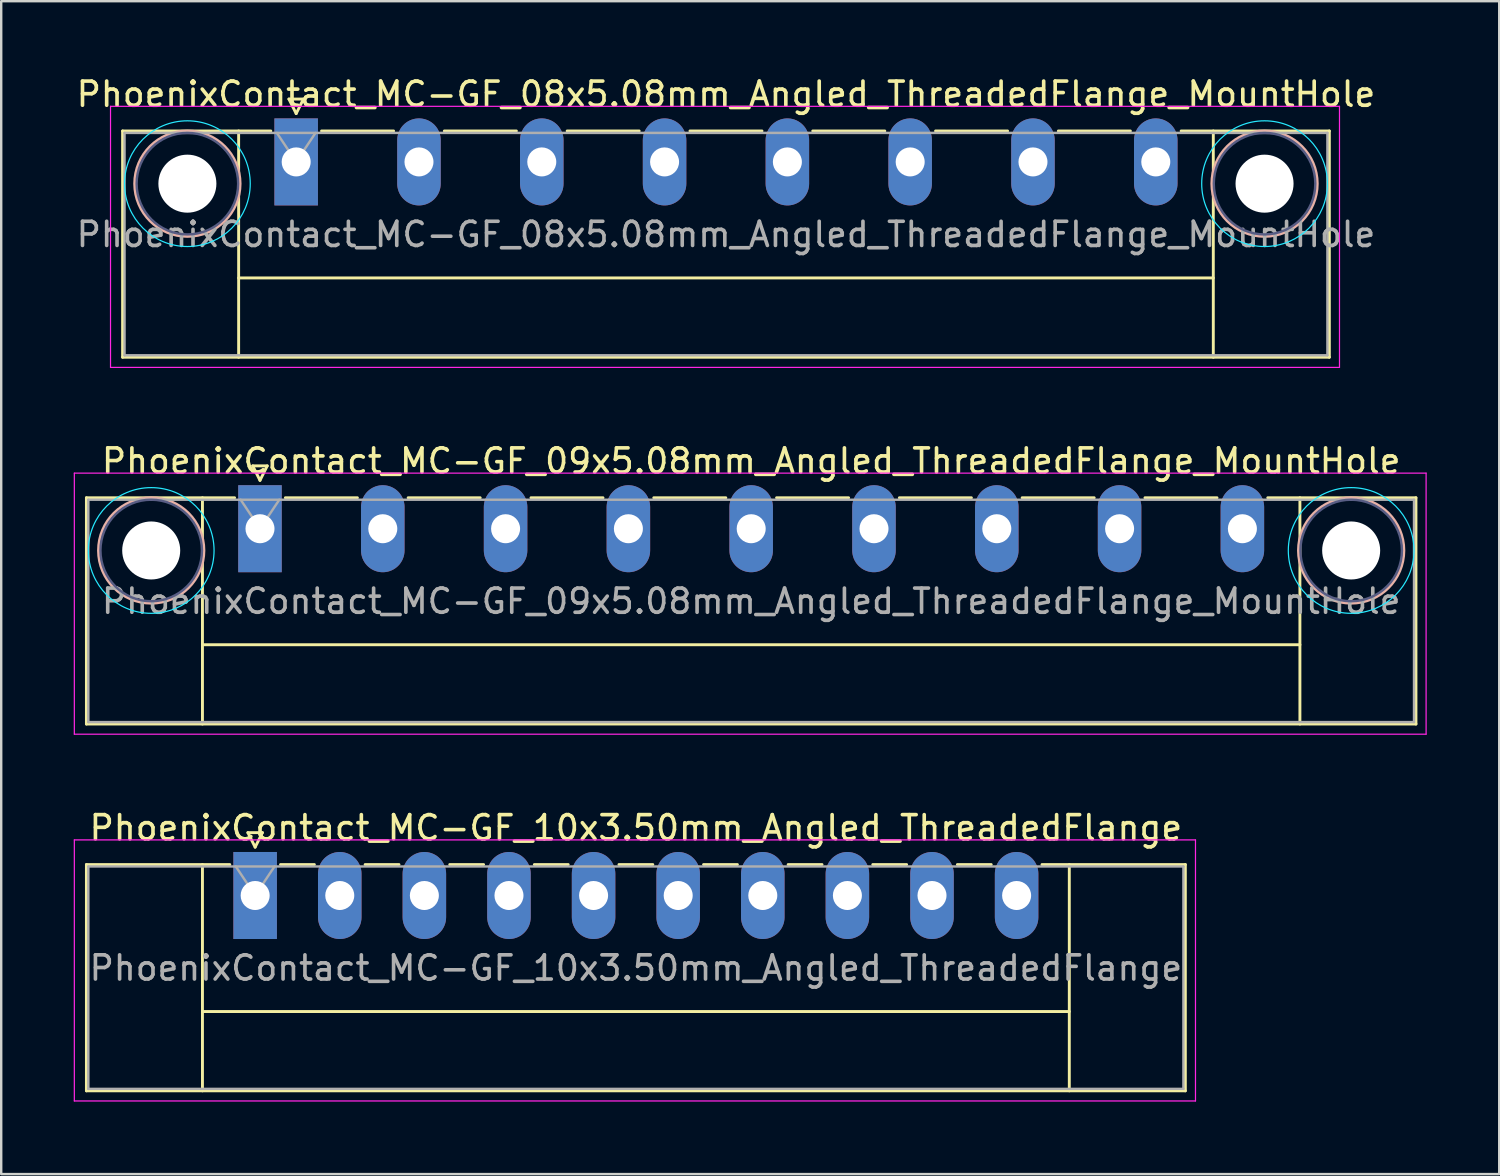
<source format=kicad_pcb>
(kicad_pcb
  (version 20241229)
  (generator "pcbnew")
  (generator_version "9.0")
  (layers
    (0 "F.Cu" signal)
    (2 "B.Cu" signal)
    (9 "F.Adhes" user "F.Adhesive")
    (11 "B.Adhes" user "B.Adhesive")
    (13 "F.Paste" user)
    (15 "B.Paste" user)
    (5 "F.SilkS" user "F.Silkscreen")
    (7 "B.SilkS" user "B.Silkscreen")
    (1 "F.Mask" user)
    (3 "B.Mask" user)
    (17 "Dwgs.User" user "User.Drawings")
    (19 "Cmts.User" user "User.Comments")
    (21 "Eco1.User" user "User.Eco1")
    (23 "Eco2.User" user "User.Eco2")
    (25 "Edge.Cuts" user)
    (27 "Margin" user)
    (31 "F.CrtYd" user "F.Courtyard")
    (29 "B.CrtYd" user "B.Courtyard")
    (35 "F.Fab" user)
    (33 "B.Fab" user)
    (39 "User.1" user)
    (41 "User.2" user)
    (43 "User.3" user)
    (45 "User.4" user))
  (footprint "PhoenixContact_MC-GF_10x3.50mm_Angled_ThreadedFlange"
    (layer "F.Cu")
    (at 7.505 33.995)
    (property "Reference" "PhoenixContact_MC-GF_10x3.50mm_Angled_ThreadedFlange" (at 15.75 -2.8 0) (layer "F.SilkS") (effects (font (size 1 1) (thickness 0.15))))
    (attr through_hole)
    (fp_line (start -6.98 -1.28) (end -6.98 8.08) (stroke (width 0.12) (type solid)) (layer "F.SilkS"))
    (fp_line (start -6.98 -1.28) (end -1.05 -1.28) (stroke (width 0.12) (type solid)) (layer "F.SilkS"))
    (fp_line (start -6.98 8.08) (end 38.48 8.08) (stroke (width 0.12) (type solid)) (layer "F.SilkS"))
    (fp_line (start -2.18 -1.28) (end -2.18 8.08) (stroke (width 0.12) (type solid)) (layer "F.SilkS"))
    (fp_line (start -2.18 4.8) (end 33.68 4.8) (stroke (width 0.12) (type solid)) (layer "F.SilkS"))
    (fp_line (start -0.3 -2.6) (end 0.3 -2.6) (stroke (width 0.12) (type solid)) (layer "F.SilkS"))
    (fp_line (start 0 -2) (end -0.3 -2.6) (stroke (width 0.12) (type solid)) (layer "F.SilkS"))
    (fp_line (start 0.3 -2.6) (end 0 -2) (stroke (width 0.12) (type solid)) (layer "F.SilkS"))
    (fp_line (start 1.05 -1.28) (end 2.45 -1.28) (stroke (width 0.12) (type solid)) (layer "F.SilkS"))
    (fp_line (start 4.55 -1.28) (end 5.95 -1.28) (stroke (width 0.12) (type solid)) (layer "F.SilkS"))
    (fp_line (start 8.05 -1.28) (end 9.45 -1.28) (stroke (width 0.12) (type solid)) (layer "F.SilkS"))
    (fp_line (start 11.55 -1.28) (end 12.95 -1.28) (stroke (width 0.12) (type solid)) (layer "F.SilkS"))
    (fp_line (start 15.05 -1.28) (end 16.45 -1.28) (stroke (width 0.12) (type solid)) (layer "F.SilkS"))
    (fp_line (start 18.55 -1.28) (end 19.95 -1.28) (stroke (width 0.12) (type solid)) (layer "F.SilkS"))
    (fp_line (start 22.05 -1.28) (end 23.45 -1.28) (stroke (width 0.12) (type solid)) (layer "F.SilkS"))
    (fp_line (start 25.55 -1.28) (end 26.95 -1.28) (stroke (width 0.12) (type solid)) (layer "F.SilkS"))
    (fp_line (start 29.05 -1.28) (end 30.45 -1.28) (stroke (width 0.12) (type solid)) (layer "F.SilkS"))
    (fp_line (start 33.68 -1.28) (end 33.68 8.08) (stroke (width 0.12) (type solid)) (layer "F.SilkS"))
    (fp_line (start 38.48 -1.28) (end 32.55 -1.28) (stroke (width 0.12) (type solid)) (layer "F.SilkS"))
    (fp_line (start 38.48 8.08) (end 38.48 -1.28) (stroke (width 0.12) (type solid)) (layer "F.SilkS"))
    (fp_line (start -7.48 -2.3) (end -7.48 8.5) (stroke (width 0.05) (type solid)) (layer "F.CrtYd"))
    (fp_line (start -7.48 8.5) (end 38.9 8.5) (stroke (width 0.05) (type solid)) (layer "F.CrtYd"))
    (fp_line (start 38.9 -2.3) (end -7.48 -2.3) (stroke (width 0.05) (type solid)) (layer "F.CrtYd"))
    (fp_line (start 38.9 8.5) (end 38.9 -2.3) (stroke (width 0.05) (type solid)) (layer "F.CrtYd"))
    (fp_line (start -6.9 -1.2) (end -6.9 8) (stroke (width 0.1) (type solid)) (layer "F.Fab"))
    (fp_line (start -6.9 8) (end 38.4 8) (stroke (width 0.1) (type solid)) (layer "F.Fab"))
    (fp_line (start 0 0) (end -0.8 -1.2) (stroke (width 0.1) (type solid)) (layer "F.Fab"))
    (fp_line (start 0.8 -1.2) (end 0 0) (stroke (width 0.1) (type solid)) (layer "F.Fab"))
    (fp_line (start 38.4 -1.2) (end -6.9 -1.2) (stroke (width 0.1) (type solid)) (layer "F.Fab"))
    (fp_line (start 38.4 8) (end 38.4 -1.2) (stroke (width 0.1) (type solid)) (layer "F.Fab"))
    (fp_text user "${REFERENCE}" (at 15.75 3 0) (layer "F.Fab") (effects (font (size 1 1) (thickness 0.15))))
    (pad "1" thru_hole rect (at 0 0) (size 1.8 3.6) (drill 1.2) (layers "*.Cu" "*.Mask"))
    (pad "2" thru_hole oval (at 3.5 0) (size 1.8 3.6) (drill 1.2) (layers "*.Cu" "*.Mask"))
    (pad "3" thru_hole oval (at 7 0) (size 1.8 3.6) (drill 1.2) (layers "*.Cu" "*.Mask"))
    (pad "4" thru_hole oval (at 10.5 0) (size 1.8 3.6) (drill 1.2) (layers "*.Cu" "*.Mask"))
    (pad "5" thru_hole oval (at 14 0) (size 1.8 3.6) (drill 1.2) (layers "*.Cu" "*.Mask"))
    (pad "6" thru_hole oval (at 17.5 0) (size 1.8 3.6) (drill 1.2) (layers "*.Cu" "*.Mask"))
    (pad "7" thru_hole oval (at 21 0) (size 1.8 3.6) (drill 1.2) (layers "*.Cu" "*.Mask"))
    (pad "8" thru_hole oval (at 24.5 0) (size 1.8 3.6) (drill 1.2) (layers "*.Cu" "*.Mask"))
    (pad "9" thru_hole oval (at 28 0) (size 1.8 3.6) (drill 1.2) (layers "*.Cu" "*.Mask"))
    (pad "10" thru_hole oval (at 31.5 0) (size 1.8 3.6) (drill 1.2) (layers "*.Cu" "*.Mask")))
  (footprint "PhoenixContact_MC-GF_09x5.08mm_Angled_ThreadedFlange_MountHole"
    (layer "F.Cu")
    (at 7.705 18.822)
    (property "Reference" "PhoenixContact_MC-GF_09x5.08mm_Angled_ThreadedFlange_MountHole" (at 20.32 -2.8 0) (layer "F.SilkS") (effects (font (size 1 1) (thickness 0.15))))
    (attr through_hole)
    (fp_line (start -7.18 -1.28) (end -7.18 8.08) (stroke (width 0.12) (type solid)) (layer "F.SilkS"))
    (fp_line (start -7.18 -1.28) (end -1.05 -1.28) (stroke (width 0.12) (type solid)) (layer "F.SilkS"))
    (fp_line (start -7.18 8.08) (end 47.82 8.08) (stroke (width 0.12) (type solid)) (layer "F.SilkS"))
    (fp_line (start -2.38 -1.28) (end -2.38 8.08) (stroke (width 0.12) (type solid)) (layer "F.SilkS"))
    (fp_line (start -2.38 4.8) (end 43.02 4.8) (stroke (width 0.12) (type solid)) (layer "F.SilkS"))
    (fp_line (start -0.3 -2.6) (end 0.3 -2.6) (stroke (width 0.12) (type solid)) (layer "F.SilkS"))
    (fp_line (start 0 -2) (end -0.3 -2.6) (stroke (width 0.12) (type solid)) (layer "F.SilkS"))
    (fp_line (start 0.3 -2.6) (end 0 -2) (stroke (width 0.12) (type solid)) (layer "F.SilkS"))
    (fp_line (start 1.05 -1.28) (end 4.03 -1.28) (stroke (width 0.12) (type solid)) (layer "F.SilkS"))
    (fp_line (start 6.13 -1.28) (end 9.11 -1.28) (stroke (width 0.12) (type solid)) (layer "F.SilkS"))
    (fp_line (start 11.21 -1.28) (end 14.19 -1.28) (stroke (width 0.12) (type solid)) (layer "F.SilkS"))
    (fp_line (start 16.29 -1.28) (end 19.27 -1.28) (stroke (width 0.12) (type solid)) (layer "F.SilkS"))
    (fp_line (start 21.37 -1.28) (end 24.35 -1.28) (stroke (width 0.12) (type solid)) (layer "F.SilkS"))
    (fp_line (start 26.45 -1.28) (end 29.43 -1.28) (stroke (width 0.12) (type solid)) (layer "F.SilkS"))
    (fp_line (start 31.53 -1.28) (end 34.51 -1.28) (stroke (width 0.12) (type solid)) (layer "F.SilkS"))
    (fp_line (start 36.61 -1.28) (end 39.59 -1.28) (stroke (width 0.12) (type solid)) (layer "F.SilkS"))
    (fp_line (start 43.02 -1.28) (end 43.02 8.08) (stroke (width 0.12) (type solid)) (layer "F.SilkS"))
    (fp_line (start 47.82 -1.28) (end 41.69 -1.28) (stroke (width 0.12) (type solid)) (layer "F.SilkS"))
    (fp_line (start 47.82 8.08) (end 47.82 -1.28) (stroke (width 0.12) (type solid)) (layer "F.SilkS"))
    (fp_circle (center -4.5 0.9) (end -2.32 0.9) (stroke (width 0.12) (type solid)) (fill no) (layer "B.SilkS"))
    (fp_circle (center 45.14 0.9) (end 47.32 0.9) (stroke (width 0.12) (type solid)) (fill no) (layer "B.SilkS"))
    (fp_circle (center -4.5 0.9) (end -1.9 0.9) (stroke (width 0.05) (type solid)) (fill no) (layer "B.CrtYd"))
    (fp_circle (center 45.14 0.9) (end 47.74 0.9) (stroke (width 0.05) (type solid)) (fill no) (layer "B.CrtYd"))
    (fp_line (start -7.68 -2.3) (end -7.68 8.5) (stroke (width 0.05) (type solid)) (layer "F.CrtYd"))
    (fp_line (start -7.68 8.5) (end 48.24 8.5) (stroke (width 0.05) (type solid)) (layer "F.CrtYd"))
    (fp_line (start 48.24 -2.3) (end -7.68 -2.3) (stroke (width 0.05) (type solid)) (layer "F.CrtYd"))
    (fp_line (start 48.24 8.5) (end 48.24 -2.3) (stroke (width 0.05) (type solid)) (layer "F.CrtYd"))
    (fp_circle (center -4.5 0.9) (end -2.4 0.9) (stroke (width 0.1) (type solid)) (fill no) (layer "B.Fab"))
    (fp_circle (center 45.14 0.9) (end 47.24 0.9) (stroke (width 0.1) (type solid)) (fill no) (layer "B.Fab"))
    (fp_line (start -7.1 -1.2) (end -7.1 8) (stroke (width 0.1) (type solid)) (layer "F.Fab"))
    (fp_line (start -7.1 8) (end 47.74 8) (stroke (width 0.1) (type solid)) (layer "F.Fab"))
    (fp_line (start 0 0) (end -0.8 -1.2) (stroke (width 0.1) (type solid)) (layer "F.Fab"))
    (fp_line (start 0.8 -1.2) (end 0 0) (stroke (width 0.1) (type solid)) (layer "F.Fab"))
    (fp_line (start 47.74 -1.2) (end -7.1 -1.2) (stroke (width 0.1) (type solid)) (layer "F.Fab"))
    (fp_line (start 47.74 8) (end 47.74 -1.2) (stroke (width 0.1) (type solid)) (layer "F.Fab"))
    (fp_text user "${REFERENCE}" (at 20.32 3 0) (layer "F.Fab") (effects (font (size 1 1) (thickness 0.15))))
    (pad "" np_thru_hole circle (at -4.5 0.9) (size 2.4 2.4) (drill 2.4) (layers "*.Cu" "*.Mask"))
    (pad "" np_thru_hole circle (at 45.14 0.9) (size 2.4 2.4) (drill 2.4) (layers "*.Cu" "*.Mask"))
    (pad "1" thru_hole rect (at 0 0) (size 1.8 3.6) (drill 1.2) (layers "*.Cu" "*.Mask"))
    (pad "2" thru_hole oval (at 5.08 0) (size 1.8 3.6) (drill 1.2) (layers "*.Cu" "*.Mask"))
    (pad "3" thru_hole oval (at 10.16 0) (size 1.8 3.6) (drill 1.2) (layers "*.Cu" "*.Mask"))
    (pad "4" thru_hole oval (at 15.24 0) (size 1.8 3.6) (drill 1.2) (layers "*.Cu" "*.Mask"))
    (pad "5" thru_hole oval (at 20.32 0) (size 1.8 3.6) (drill 1.2) (layers "*.Cu" "*.Mask"))
    (pad "6" thru_hole oval (at 25.4 0) (size 1.8 3.6) (drill 1.2) (layers "*.Cu" "*.Mask"))
    (pad "7" thru_hole oval (at 30.48 0) (size 1.8 3.6) (drill 1.2) (layers "*.Cu" "*.Mask"))
    (pad "8" thru_hole oval (at 35.56 0) (size 1.8 3.6) (drill 1.2) (layers "*.Cu" "*.Mask"))
    (pad "9" thru_hole oval (at 40.64 0) (size 1.8 3.6) (drill 1.2) (layers "*.Cu" "*.Mask")))
  (footprint "PhoenixContact_MC-GF_08x5.08mm_Angled_ThreadedFlange_MountHole"
    (layer "F.Cu")
    (at 9.202 3.648)
    (property "Reference" "PhoenixContact_MC-GF_08x5.08mm_Angled_ThreadedFlange_MountHole" (at 17.78 -2.8 0) (layer "F.SilkS") (effects (font (size 1 1) (thickness 0.15))))
    (attr through_hole)
    (fp_line (start -7.18 -1.28) (end -7.18 8.08) (stroke (width 0.12) (type solid)) (layer "F.SilkS"))
    (fp_line (start -7.18 -1.28) (end -1.05 -1.28) (stroke (width 0.12) (type solid)) (layer "F.SilkS"))
    (fp_line (start -7.18 8.08) (end 42.74 8.08) (stroke (width 0.12) (type solid)) (layer "F.SilkS"))
    (fp_line (start -2.38 -1.28) (end -2.38 8.08) (stroke (width 0.12) (type solid)) (layer "F.SilkS"))
    (fp_line (start -2.38 4.8) (end 37.94 4.8) (stroke (width 0.12) (type solid)) (layer "F.SilkS"))
    (fp_line (start -0.3 -2.6) (end 0.3 -2.6) (stroke (width 0.12) (type solid)) (layer "F.SilkS"))
    (fp_line (start 0 -2) (end -0.3 -2.6) (stroke (width 0.12) (type solid)) (layer "F.SilkS"))
    (fp_line (start 0.3 -2.6) (end 0 -2) (stroke (width 0.12) (type solid)) (layer "F.SilkS"))
    (fp_line (start 1.05 -1.28) (end 4.03 -1.28) (stroke (width 0.12) (type solid)) (layer "F.SilkS"))
    (fp_line (start 6.13 -1.28) (end 9.11 -1.28) (stroke (width 0.12) (type solid)) (layer "F.SilkS"))
    (fp_line (start 11.21 -1.28) (end 14.19 -1.28) (stroke (width 0.12) (type solid)) (layer "F.SilkS"))
    (fp_line (start 16.29 -1.28) (end 19.27 -1.28) (stroke (width 0.12) (type solid)) (layer "F.SilkS"))
    (fp_line (start 21.37 -1.28) (end 24.35 -1.28) (stroke (width 0.12) (type solid)) (layer "F.SilkS"))
    (fp_line (start 26.45 -1.28) (end 29.43 -1.28) (stroke (width 0.12) (type solid)) (layer "F.SilkS"))
    (fp_line (start 31.53 -1.28) (end 34.51 -1.28) (stroke (width 0.12) (type solid)) (layer "F.SilkS"))
    (fp_line (start 37.94 -1.28) (end 37.94 8.08) (stroke (width 0.12) (type solid)) (layer "F.SilkS"))
    (fp_line (start 42.74 -1.28) (end 36.61 -1.28) (stroke (width 0.12) (type solid)) (layer "F.SilkS"))
    (fp_line (start 42.74 8.08) (end 42.74 -1.28) (stroke (width 0.12) (type solid)) (layer "F.SilkS"))
    (fp_circle (center -4.5 0.9) (end -2.32 0.9) (stroke (width 0.12) (type solid)) (fill no) (layer "B.SilkS"))
    (fp_circle (center 40.06 0.9) (end 42.24 0.9) (stroke (width 0.12) (type solid)) (fill no) (layer "B.SilkS"))
    (fp_circle (center -4.5 0.9) (end -1.9 0.9) (stroke (width 0.05) (type solid)) (fill no) (layer "B.CrtYd"))
    (fp_circle (center 40.06 0.9) (end 42.66 0.9) (stroke (width 0.05) (type solid)) (fill no) (layer "B.CrtYd"))
    (fp_line (start -7.68 -2.3) (end -7.68 8.5) (stroke (width 0.05) (type solid)) (layer "F.CrtYd"))
    (fp_line (start -7.68 8.5) (end 43.16 8.5) (stroke (width 0.05) (type solid)) (layer "F.CrtYd"))
    (fp_line (start 43.16 -2.3) (end -7.68 -2.3) (stroke (width 0.05) (type solid)) (layer "F.CrtYd"))
    (fp_line (start 43.16 8.5) (end 43.16 -2.3) (stroke (width 0.05) (type solid)) (layer "F.CrtYd"))
    (fp_circle (center -4.5 0.9) (end -2.4 0.9) (stroke (width 0.1) (type solid)) (fill no) (layer "B.Fab"))
    (fp_circle (center 40.06 0.9) (end 42.16 0.9) (stroke (width 0.1) (type solid)) (fill no) (layer "B.Fab"))
    (fp_line (start -7.1 -1.2) (end -7.1 8) (stroke (width 0.1) (type solid)) (layer "F.Fab"))
    (fp_line (start -7.1 8) (end 42.66 8) (stroke (width 0.1) (type solid)) (layer "F.Fab"))
    (fp_line (start 0 0) (end -0.8 -1.2) (stroke (width 0.1) (type solid)) (layer "F.Fab"))
    (fp_line (start 0.8 -1.2) (end 0 0) (stroke (width 0.1) (type solid)) (layer "F.Fab"))
    (fp_line (start 42.66 -1.2) (end -7.1 -1.2) (stroke (width 0.1) (type solid)) (layer "F.Fab"))
    (fp_line (start 42.66 8) (end 42.66 -1.2) (stroke (width 0.1) (type solid)) (layer "F.Fab"))
    (fp_text user "${REFERENCE}" (at 17.78 3 0) (layer "F.Fab") (effects (font (size 1 1) (thickness 0.15))))
    (pad "" np_thru_hole circle (at -4.5 0.9) (size 2.4 2.4) (drill 2.4) (layers "*.Cu" "*.Mask"))
    (pad "" np_thru_hole circle (at 40.06 0.9) (size 2.4 2.4) (drill 2.4) (layers "*.Cu" "*.Mask"))
    (pad "1" thru_hole rect (at 0 0) (size 1.8 3.6) (drill 1.2) (layers "*.Cu" "*.Mask"))
    (pad "2" thru_hole oval (at 5.08 0) (size 1.8 3.6) (drill 1.2) (layers "*.Cu" "*.Mask"))
    (pad "3" thru_hole oval (at 10.16 0) (size 1.8 3.6) (drill 1.2) (layers "*.Cu" "*.Mask"))
    (pad "4" thru_hole oval (at 15.24 0) (size 1.8 3.6) (drill 1.2) (layers "*.Cu" "*.Mask"))
    (pad "5" thru_hole oval (at 20.32 0) (size 1.8 3.6) (drill 1.2) (layers "*.Cu" "*.Mask"))
    (pad "6" thru_hole oval (at 25.4 0) (size 1.8 3.6) (drill 1.2) (layers "*.Cu" "*.Mask"))
    (pad "7" thru_hole oval (at 30.48 0) (size 1.8 3.6) (drill 1.2) (layers "*.Cu" "*.Mask"))
    (pad "8" thru_hole oval (at 35.56 0) (size 1.8 3.6) (drill 1.2) (layers "*.Cu" "*.Mask")))
  (gr_rect
    (start -3 -3)
    (end 58.97 45.52)
    (stroke (width 0.1) (type default))
    (fill no)
    (layer "Edge.Cuts")))
</source>
